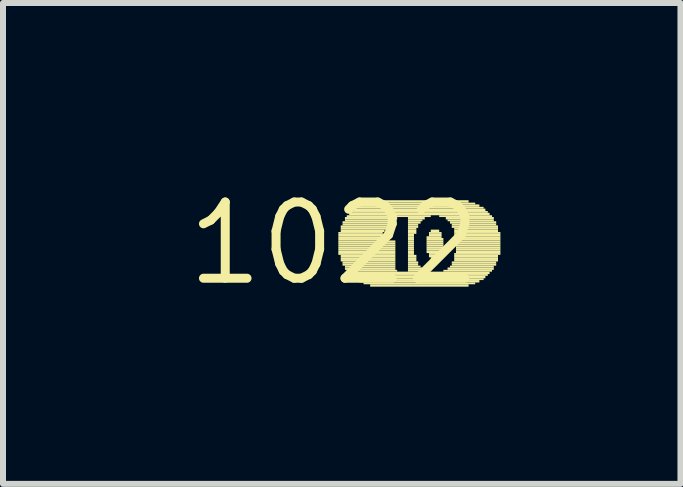
<source format=kicad_pcb>
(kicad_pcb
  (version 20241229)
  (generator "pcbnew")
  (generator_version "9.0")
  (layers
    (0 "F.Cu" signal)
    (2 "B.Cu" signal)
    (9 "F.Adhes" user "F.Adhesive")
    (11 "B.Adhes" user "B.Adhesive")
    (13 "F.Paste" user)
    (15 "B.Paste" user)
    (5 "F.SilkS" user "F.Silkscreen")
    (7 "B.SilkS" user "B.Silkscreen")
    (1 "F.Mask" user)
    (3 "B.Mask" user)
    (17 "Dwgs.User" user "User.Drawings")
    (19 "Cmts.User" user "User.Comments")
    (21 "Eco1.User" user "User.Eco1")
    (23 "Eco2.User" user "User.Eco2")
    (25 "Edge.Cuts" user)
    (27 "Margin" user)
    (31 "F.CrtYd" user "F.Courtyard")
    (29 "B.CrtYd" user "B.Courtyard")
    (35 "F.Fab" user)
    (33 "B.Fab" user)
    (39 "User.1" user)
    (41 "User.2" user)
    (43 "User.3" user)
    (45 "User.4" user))
  (footprint "1022"
    (layer "F.Cu")
    (at 2.517 1.006)
    (property "Reference" "1022" (at 0 0 0) (layer "F.SilkS") (effects (font (size 1.27 1.27) (thickness 0.15))))
    (fp_poly (pts (xy 0.07 -0.16) (xy 0.81 -0.16) (xy 0.81 -0.19) (xy 0.07 -0.19)) (stroke (width 0) (type solid)) (fill yes) (layer "F.SilkS"))
    (fp_poly (pts (xy 0.07 -0.12) (xy 0.81 -0.12) (xy 0.81 -0.16) (xy 0.07 -0.16)) (stroke (width 0) (type solid)) (fill yes) (layer "F.SilkS"))
    (fp_poly (pts (xy 0.07 -0.09) (xy 0.81 -0.09) (xy 0.81 -0.12) (xy 0.07 -0.12)) (stroke (width 0) (type solid)) (fill yes) (layer "F.SilkS"))
    (fp_poly (pts (xy 0.07 -0.05) (xy 0.84 -0.05) (xy 0.84 -0.09) (xy 0.07 -0.09)) (stroke (width 0) (type solid)) (fill yes) (layer "F.SilkS"))
    (fp_poly (pts (xy 0.07 -0.02) (xy 1.02 -0.02) (xy 1.02 -0.05) (xy 0.07 -0.05)) (stroke (width 0) (type solid)) (fill yes) (layer "F.SilkS"))
    (fp_poly (pts (xy 0.07 0.02) (xy 1.02 0.02) (xy 1.02 -0.02) (xy 0.07 -0.02)) (stroke (width 0) (type solid)) (fill yes) (layer "F.SilkS"))
    (fp_poly (pts (xy 0.07 0.05) (xy 1.02 0.05) (xy 1.02 0.02) (xy 0.07 0.02)) (stroke (width 0) (type solid)) (fill yes) (layer "F.SilkS"))
    (fp_poly (pts (xy 0.07 0.09) (xy 1.02 0.09) (xy 1.02 0.05) (xy 0.07 0.05)) (stroke (width 0) (type solid)) (fill yes) (layer "F.SilkS"))
    (fp_poly (pts (xy 0.07 0.12) (xy 1.02 0.12) (xy 1.02 0.09) (xy 0.07 0.09)) (stroke (width 0) (type solid)) (fill yes) (layer "F.SilkS"))
    (fp_poly (pts (xy 0.07 0.16) (xy 1.02 0.16) (xy 1.02 0.12) (xy 0.07 0.12)) (stroke (width 0) (type solid)) (fill yes) (layer "F.SilkS"))
    (fp_poly (pts (xy 0.07 0.19) (xy 1.02 0.19) (xy 1.02 0.16) (xy 0.07 0.16)) (stroke (width 0) (type solid)) (fill yes) (layer "F.SilkS"))
    (fp_poly (pts (xy 0.11 -0.26) (xy 0.91 -0.26) (xy 0.91 -0.3) (xy 0.11 -0.3)) (stroke (width 0) (type solid)) (fill yes) (layer "F.SilkS"))
    (fp_poly (pts (xy 0.11 -0.23) (xy 0.88 -0.23) (xy 0.88 -0.26) (xy 0.11 -0.26)) (stroke (width 0) (type solid)) (fill yes) (layer "F.SilkS"))
    (fp_poly (pts (xy 0.11 -0.19) (xy 0.84 -0.19) (xy 0.84 -0.23) (xy 0.11 -0.23)) (stroke (width 0) (type solid)) (fill yes) (layer "F.SilkS"))
    (fp_poly (pts (xy 0.11 0.23) (xy 1.02 0.23) (xy 1.02 0.19) (xy 0.11 0.19)) (stroke (width 0) (type solid)) (fill yes) (layer "F.SilkS"))
    (fp_poly (pts (xy 0.11 0.26) (xy 1.02 0.26) (xy 1.02 0.23) (xy 0.11 0.23)) (stroke (width 0) (type solid)) (fill yes) (layer "F.SilkS"))
    (fp_poly (pts (xy 0.11 0.3) (xy 1.02 0.3) (xy 1.02 0.26) (xy 0.11 0.26)) (stroke (width 0) (type solid)) (fill yes) (layer "F.SilkS"))
    (fp_poly (pts (xy 0.14 -0.33) (xy 0.98 -0.33) (xy 0.98 -0.37) (xy 0.14 -0.37)) (stroke (width 0) (type solid)) (fill yes) (layer "F.SilkS"))
    (fp_poly (pts (xy 0.14 -0.3) (xy 0.95 -0.3) (xy 0.95 -0.33) (xy 0.14 -0.33)) (stroke (width 0) (type solid)) (fill yes) (layer "F.SilkS"))
    (fp_poly (pts (xy 0.14 0.33) (xy 1.02 0.33) (xy 1.02 0.3) (xy 0.14 0.3)) (stroke (width 0) (type solid)) (fill yes) (layer "F.SilkS"))
    (fp_poly (pts (xy 0.14 0.37) (xy 1.02 0.37) (xy 1.02 0.33) (xy 0.14 0.33)) (stroke (width 0) (type solid)) (fill yes) (layer "F.SilkS"))
    (fp_poly (pts (xy 0.18 -0.4) (xy 1.05 -0.4) (xy 1.05 -0.44) (xy 0.18 -0.44)) (stroke (width 0) (type solid)) (fill yes) (layer "F.SilkS"))
    (fp_poly (pts (xy 0.18 -0.37) (xy 1.02 -0.37) (xy 1.02 -0.4) (xy 0.18 -0.4)) (stroke (width 0) (type solid)) (fill yes) (layer "F.SilkS"))
    (fp_poly (pts (xy 0.18 0.4) (xy 1.02 0.4) (xy 1.02 0.37) (xy 0.18 0.37)) (stroke (width 0) (type solid)) (fill yes) (layer "F.SilkS"))
    (fp_poly (pts (xy 0.18 0.44) (xy 1.02 0.44) (xy 1.02 0.4) (xy 0.18 0.4)) (stroke (width 0) (type solid)) (fill yes) (layer "F.SilkS"))
    (fp_poly (pts (xy 0.21 -0.44) (xy 1.61 -0.44) (xy 1.61 -0.47) (xy 0.21 -0.47)) (stroke (width 0) (type solid)) (fill yes) (layer "F.SilkS"))
    (fp_poly (pts (xy 0.21 0.47) (xy 1.05 0.47) (xy 1.05 0.44) (xy 0.21 0.44)) (stroke (width 0) (type solid)) (fill yes) (layer "F.SilkS"))
    (fp_poly (pts (xy 0.25 -0.47) (xy 2.59 -0.47) (xy 2.59 -0.51) (xy 0.25 -0.51)) (stroke (width 0) (type solid)) (fill yes) (layer "F.SilkS"))
    (fp_poly (pts (xy 0.25 0.51) (xy 2.59 0.51) (xy 2.59 0.47) (xy 0.25 0.47)) (stroke (width 0) (type solid)) (fill yes) (layer "F.SilkS"))
    (fp_poly (pts (xy 0.28 -0.51) (xy 2.56 -0.51) (xy 2.56 -0.54) (xy 0.28 -0.54)) (stroke (width 0) (type solid)) (fill yes) (layer "F.SilkS"))
    (fp_poly (pts (xy 0.28 0.54) (xy 2.56 0.54) (xy 2.56 0.51) (xy 0.28 0.51)) (stroke (width 0) (type solid)) (fill yes) (layer "F.SilkS"))
    (fp_poly (pts (xy 0.32 -0.54) (xy 2.52 -0.54) (xy 2.52 -0.58) (xy 0.32 -0.58)) (stroke (width 0) (type solid)) (fill yes) (layer "F.SilkS"))
    (fp_poly (pts (xy 0.32 0.58) (xy 2.52 0.58) (xy 2.52 0.54) (xy 0.32 0.54)) (stroke (width 0) (type solid)) (fill yes) (layer "F.SilkS"))
    (fp_poly (pts (xy 0.35 -0.58) (xy 2.49 -0.58) (xy 2.49 -0.61) (xy 0.35 -0.61)) (stroke (width 0) (type solid)) (fill yes) (layer "F.SilkS"))
    (fp_poly (pts (xy 0.35 0.61) (xy 2.49 0.61) (xy 2.49 0.58) (xy 0.35 0.58)) (stroke (width 0) (type solid)) (fill yes) (layer "F.SilkS"))
    (fp_poly (pts (xy 0.42 -0.61) (xy 2.42 -0.61) (xy 2.42 -0.65) (xy 0.42 -0.65)) (stroke (width 0) (type solid)) (fill yes) (layer "F.SilkS"))
    (fp_poly (pts (xy 0.42 0.65) (xy 2.42 0.65) (xy 2.42 0.61) (xy 0.42 0.61)) (stroke (width 0) (type solid)) (fill yes) (layer "F.SilkS"))
    (fp_poly (pts (xy 0.49 -0.65) (xy 2.35 -0.65) (xy 2.35 -0.68) (xy 0.49 -0.68)) (stroke (width 0) (type solid)) (fill yes) (layer "F.SilkS"))
    (fp_poly (pts (xy 0.49 0.68) (xy 2.35 0.68) (xy 2.35 0.65) (xy 0.49 0.65)) (stroke (width 0) (type solid)) (fill yes) (layer "F.SilkS"))
    (fp_poly (pts (xy 0.6 -0.68) (xy 2.24 -0.68) (xy 2.24 -0.72) (xy 0.6 -0.72)) (stroke (width 0) (type solid)) (fill yes) (layer "F.SilkS"))
    (fp_poly (pts (xy 0.6 0.72) (xy 2.24 0.72) (xy 2.24 0.68) (xy 0.6 0.68)) (stroke (width 0) (type solid)) (fill yes) (layer "F.SilkS"))
    (fp_poly (pts (xy 1.23 -0.4) (xy 1.51 -0.4) (xy 1.51 -0.44) (xy 1.23 -0.44)) (stroke (width 0) (type solid)) (fill yes) (layer "F.SilkS"))
    (fp_poly (pts (xy 1.23 -0.37) (xy 1.47 -0.37) (xy 1.47 -0.4) (xy 1.23 -0.4)) (stroke (width 0) (type solid)) (fill yes) (layer "F.SilkS"))
    (fp_poly (pts (xy 1.23 -0.33) (xy 1.44 -0.33) (xy 1.44 -0.37) (xy 1.23 -0.37)) (stroke (width 0) (type solid)) (fill yes) (layer "F.SilkS"))
    (fp_poly (pts (xy 1.23 -0.3) (xy 1.4 -0.3) (xy 1.4 -0.33) (xy 1.23 -0.33)) (stroke (width 0) (type solid)) (fill yes) (layer "F.SilkS"))
    (fp_poly (pts (xy 1.23 -0.26) (xy 1.4 -0.26) (xy 1.4 -0.3) (xy 1.23 -0.3)) (stroke (width 0) (type solid)) (fill yes) (layer "F.SilkS"))
    (fp_poly (pts (xy 1.23 -0.23) (xy 1.37 -0.23) (xy 1.37 -0.26) (xy 1.23 -0.26)) (stroke (width 0) (type solid)) (fill yes) (layer "F.SilkS"))
    (fp_poly (pts (xy 1.23 -0.19) (xy 1.37 -0.19) (xy 1.37 -0.23) (xy 1.23 -0.23)) (stroke (width 0) (type solid)) (fill yes) (layer "F.SilkS"))
    (fp_poly (pts (xy 1.23 -0.16) (xy 1.37 -0.16) (xy 1.37 -0.19) (xy 1.23 -0.19)) (stroke (width 0) (type solid)) (fill yes) (layer "F.SilkS"))
    (fp_poly (pts (xy 1.23 -0.12) (xy 1.33 -0.12) (xy 1.33 -0.16) (xy 1.23 -0.16)) (stroke (width 0) (type solid)) (fill yes) (layer "F.SilkS"))
    (fp_poly (pts (xy 1.23 -0.09) (xy 1.33 -0.09) (xy 1.33 -0.12) (xy 1.23 -0.12)) (stroke (width 0) (type solid)) (fill yes) (layer "F.SilkS"))
    (fp_poly (pts (xy 1.23 -0.05) (xy 1.33 -0.05) (xy 1.33 -0.09) (xy 1.23 -0.09)) (stroke (width 0) (type solid)) (fill yes) (layer "F.SilkS"))
    (fp_poly (pts (xy 1.23 -0.02) (xy 1.33 -0.02) (xy 1.33 -0.05) (xy 1.23 -0.05)) (stroke (width 0) (type solid)) (fill yes) (layer "F.SilkS"))
    (fp_poly (pts (xy 1.23 0.02) (xy 1.33 0.02) (xy 1.33 -0.02) (xy 1.23 -0.02)) (stroke (width 0) (type solid)) (fill yes) (layer "F.SilkS"))
    (fp_poly (pts (xy 1.23 0.05) (xy 1.33 0.05) (xy 1.33 0.02) (xy 1.23 0.02)) (stroke (width 0) (type solid)) (fill yes) (layer "F.SilkS"))
    (fp_poly (pts (xy 1.23 0.09) (xy 1.33 0.09) (xy 1.33 0.05) (xy 1.23 0.05)) (stroke (width 0) (type solid)) (fill yes) (layer "F.SilkS"))
    (fp_poly (pts (xy 1.23 0.12) (xy 1.33 0.12) (xy 1.33 0.09) (xy 1.23 0.09)) (stroke (width 0) (type solid)) (fill yes) (layer "F.SilkS"))
    (fp_poly (pts (xy 1.23 0.16) (xy 1.33 0.16) (xy 1.33 0.12) (xy 1.23 0.12)) (stroke (width 0) (type solid)) (fill yes) (layer "F.SilkS"))
    (fp_poly (pts (xy 1.23 0.19) (xy 1.33 0.19) (xy 1.33 0.16) (xy 1.23 0.16)) (stroke (width 0) (type solid)) (fill yes) (layer "F.SilkS"))
    (fp_poly (pts (xy 1.23 0.23) (xy 1.37 0.23) (xy 1.37 0.19) (xy 1.23 0.19)) (stroke (width 0) (type solid)) (fill yes) (layer "F.SilkS"))
    (fp_poly (pts (xy 1.23 0.26) (xy 1.37 0.26) (xy 1.37 0.23) (xy 1.23 0.23)) (stroke (width 0) (type solid)) (fill yes) (layer "F.SilkS"))
    (fp_poly (pts (xy 1.23 0.3) (xy 1.37 0.3) (xy 1.37 0.26) (xy 1.23 0.26)) (stroke (width 0) (type solid)) (fill yes) (layer "F.SilkS"))
    (fp_poly (pts (xy 1.23 0.33) (xy 1.4 0.33) (xy 1.4 0.3) (xy 1.23 0.3)) (stroke (width 0) (type solid)) (fill yes) (layer "F.SilkS"))
    (fp_poly (pts (xy 1.23 0.37) (xy 1.4 0.37) (xy 1.4 0.33) (xy 1.23 0.33)) (stroke (width 0) (type solid)) (fill yes) (layer "F.SilkS"))
    (fp_poly (pts (xy 1.23 0.4) (xy 1.44 0.4) (xy 1.44 0.37) (xy 1.23 0.37)) (stroke (width 0) (type solid)) (fill yes) (layer "F.SilkS"))
    (fp_poly (pts (xy 1.23 0.44) (xy 1.47 0.44) (xy 1.47 0.4) (xy 1.23 0.4)) (stroke (width 0) (type solid)) (fill yes) (layer "F.SilkS"))
    (fp_poly (pts (xy 1.23 0.47) (xy 1.54 0.47) (xy 1.54 0.44) (xy 1.23 0.44)) (stroke (width 0) (type solid)) (fill yes) (layer "F.SilkS"))
    (fp_poly (pts (xy 1.54 -0.09) (xy 1.79 -0.09) (xy 1.79 -0.12) (xy 1.54 -0.12)) (stroke (width 0) (type solid)) (fill yes) (layer "F.SilkS"))
    (fp_poly (pts (xy 1.54 -0.05) (xy 1.82 -0.05) (xy 1.82 -0.09) (xy 1.54 -0.09)) (stroke (width 0) (type solid)) (fill yes) (layer "F.SilkS"))
    (fp_poly (pts (xy 1.54 -0.02) (xy 1.82 -0.02) (xy 1.82 -0.05) (xy 1.54 -0.05)) (stroke (width 0) (type solid)) (fill yes) (layer "F.SilkS"))
    (fp_poly (pts (xy 1.54 0.02) (xy 1.82 0.02) (xy 1.82 -0.02) (xy 1.54 -0.02)) (stroke (width 0) (type solid)) (fill yes) (layer "F.SilkS"))
    (fp_poly (pts (xy 1.54 0.05) (xy 1.82 0.05) (xy 1.82 0.02) (xy 1.54 0.02)) (stroke (width 0) (type solid)) (fill yes) (layer "F.SilkS"))
    (fp_poly (pts (xy 1.54 0.09) (xy 1.82 0.09) (xy 1.82 0.05) (xy 1.54 0.05)) (stroke (width 0) (type solid)) (fill yes) (layer "F.SilkS"))
    (fp_poly (pts (xy 1.54 0.12) (xy 1.82 0.12) (xy 1.82 0.09) (xy 1.54 0.09)) (stroke (width 0) (type solid)) (fill yes) (layer "F.SilkS"))
    (fp_poly (pts (xy 1.54 0.16) (xy 1.79 0.16) (xy 1.79 0.12) (xy 1.54 0.12)) (stroke (width 0) (type solid)) (fill yes) (layer "F.SilkS"))
    (fp_poly (pts (xy 1.58 -0.16) (xy 1.79 -0.16) (xy 1.79 -0.19) (xy 1.58 -0.19)) (stroke (width 0) (type solid)) (fill yes) (layer "F.SilkS"))
    (fp_poly (pts (xy 1.58 -0.12) (xy 1.79 -0.12) (xy 1.79 -0.16) (xy 1.58 -0.16)) (stroke (width 0) (type solid)) (fill yes) (layer "F.SilkS"))
    (fp_poly (pts (xy 1.58 0.19) (xy 1.79 0.19) (xy 1.79 0.16) (xy 1.58 0.16)) (stroke (width 0) (type solid)) (fill yes) (layer "F.SilkS"))
    (fp_poly (pts (xy 1.58 0.23) (xy 1.79 0.23) (xy 1.79 0.19) (xy 1.58 0.19)) (stroke (width 0) (type solid)) (fill yes) (layer "F.SilkS"))
    (fp_poly (pts (xy 1.61 -0.19) (xy 1.75 -0.19) (xy 1.75 -0.23) (xy 1.61 -0.23)) (stroke (width 0) (type solid)) (fill yes) (layer "F.SilkS"))
    (fp_poly (pts (xy 1.61 0.26) (xy 1.75 0.26) (xy 1.75 0.23) (xy 1.61 0.23)) (stroke (width 0) (type solid)) (fill yes) (layer "F.SilkS"))
    (fp_poly (pts (xy 1.75 -0.44) (xy 2.63 -0.44) (xy 2.63 -0.47) (xy 1.75 -0.47)) (stroke (width 0) (type solid)) (fill yes) (layer "F.SilkS"))
    (fp_poly (pts (xy 1.82 0.47) (xy 2.63 0.47) (xy 2.63 0.44) (xy 1.82 0.44)) (stroke (width 0) (type solid)) (fill yes) (layer "F.SilkS"))
    (fp_poly (pts (xy 1.86 -0.4) (xy 2.66 -0.4) (xy 2.66 -0.44) (xy 1.86 -0.44)) (stroke (width 0) (type solid)) (fill yes) (layer "F.SilkS"))
    (fp_poly (pts (xy 1.89 -0.37) (xy 2.66 -0.37) (xy 2.66 -0.4) (xy 1.89 -0.4)) (stroke (width 0) (type solid)) (fill yes) (layer "F.SilkS"))
    (fp_poly (pts (xy 1.89 0.44) (xy 2.66 0.44) (xy 2.66 0.4) (xy 1.89 0.4)) (stroke (width 0) (type solid)) (fill yes) (layer "F.SilkS"))
    (fp_poly (pts (xy 1.93 -0.33) (xy 2.7 -0.33) (xy 2.7 -0.37) (xy 1.93 -0.37)) (stroke (width 0) (type solid)) (fill yes) (layer "F.SilkS"))
    (fp_poly (pts (xy 1.93 0.4) (xy 2.66 0.4) (xy 2.66 0.37) (xy 1.93 0.37)) (stroke (width 0) (type solid)) (fill yes) (layer "F.SilkS"))
    (fp_poly (pts (xy 1.96 -0.3) (xy 2.7 -0.3) (xy 2.7 -0.33) (xy 1.96 -0.33)) (stroke (width 0) (type solid)) (fill yes) (layer "F.SilkS"))
    (fp_poly (pts (xy 1.96 -0.26) (xy 2.73 -0.26) (xy 2.73 -0.3) (xy 1.96 -0.3)) (stroke (width 0) (type solid)) (fill yes) (layer "F.SilkS"))
    (fp_poly (pts (xy 1.96 0.33) (xy 2.7 0.33) (xy 2.7 0.3) (xy 1.96 0.3)) (stroke (width 0) (type solid)) (fill yes) (layer "F.SilkS"))
    (fp_poly (pts (xy 1.96 0.37) (xy 2.7 0.37) (xy 2.7 0.33) (xy 1.96 0.33)) (stroke (width 0) (type solid)) (fill yes) (layer "F.SilkS"))
    (fp_poly (pts (xy 2 -0.23) (xy 2.73 -0.23) (xy 2.73 -0.26) (xy 2 -0.26)) (stroke (width 0) (type solid)) (fill yes) (layer "F.SilkS"))
    (fp_poly (pts (xy 2 -0.19) (xy 2.73 -0.19) (xy 2.73 -0.23) (xy 2 -0.23)) (stroke (width 0) (type solid)) (fill yes) (layer "F.SilkS"))
    (fp_poly (pts (xy 2 -0.16) (xy 2.77 -0.16) (xy 2.77 -0.19) (xy 2 -0.19)) (stroke (width 0) (type solid)) (fill yes) (layer "F.SilkS"))
    (fp_poly (pts (xy 2 -0.12) (xy 2.77 -0.12) (xy 2.77 -0.16) (xy 2 -0.16)) (stroke (width 0) (type solid)) (fill yes) (layer "F.SilkS"))
    (fp_poly (pts (xy 2 0.19) (xy 2.77 0.19) (xy 2.77 0.16) (xy 2 0.16)) (stroke (width 0) (type solid)) (fill yes) (layer "F.SilkS"))
    (fp_poly (pts (xy 2 0.23) (xy 2.73 0.23) (xy 2.73 0.19) (xy 2 0.19)) (stroke (width 0) (type solid)) (fill yes) (layer "F.SilkS"))
    (fp_poly (pts (xy 2 0.26) (xy 2.73 0.26) (xy 2.73 0.23) (xy 2 0.23)) (stroke (width 0) (type solid)) (fill yes) (layer "F.SilkS"))
    (fp_poly (pts (xy 2 0.3) (xy 2.73 0.3) (xy 2.73 0.26) (xy 2 0.26)) (stroke (width 0) (type solid)) (fill yes) (layer "F.SilkS"))
    (fp_poly (pts (xy 2.03 -0.09) (xy 2.77 -0.09) (xy 2.77 -0.12) (xy 2.03 -0.12)) (stroke (width 0) (type solid)) (fill yes) (layer "F.SilkS"))
    (fp_poly (pts (xy 2.03 -0.05) (xy 2.77 -0.05) (xy 2.77 -0.09) (xy 2.03 -0.09)) (stroke (width 0) (type solid)) (fill yes) (layer "F.SilkS"))
    (fp_poly (pts (xy 2.03 -0.02) (xy 2.77 -0.02) (xy 2.77 -0.05) (xy 2.03 -0.05)) (stroke (width 0) (type solid)) (fill yes) (layer "F.SilkS"))
    (fp_poly (pts (xy 2.03 0.02) (xy 2.77 0.02) (xy 2.77 -0.02) (xy 2.03 -0.02)) (stroke (width 0) (type solid)) (fill yes) (layer "F.SilkS"))
    (fp_poly (pts (xy 2.03 0.05) (xy 2.77 0.05) (xy 2.77 0.02) (xy 2.03 0.02)) (stroke (width 0) (type solid)) (fill yes) (layer "F.SilkS"))
    (fp_poly (pts (xy 2.03 0.09) (xy 2.77 0.09) (xy 2.77 0.05) (xy 2.03 0.05)) (stroke (width 0) (type solid)) (fill yes) (layer "F.SilkS"))
    (fp_poly (pts (xy 2.03 0.12) (xy 2.77 0.12) (xy 2.77 0.09) (xy 2.03 0.09)) (stroke (width 0) (type solid)) (fill yes) (layer "F.SilkS"))
    (fp_poly (pts (xy 2.03 0.16) (xy 2.77 0.16) (xy 2.77 0.12) (xy 2.03 0.12)) (stroke (width 0) (type solid)) (fill yes) (layer "F.SilkS")))
  (gr_rect
    (start -3 -3)
    (end 8.287 5.012)
    (stroke (width 0.1) (type default))
    (fill no)
    (layer "Edge.Cuts")))
</source>
